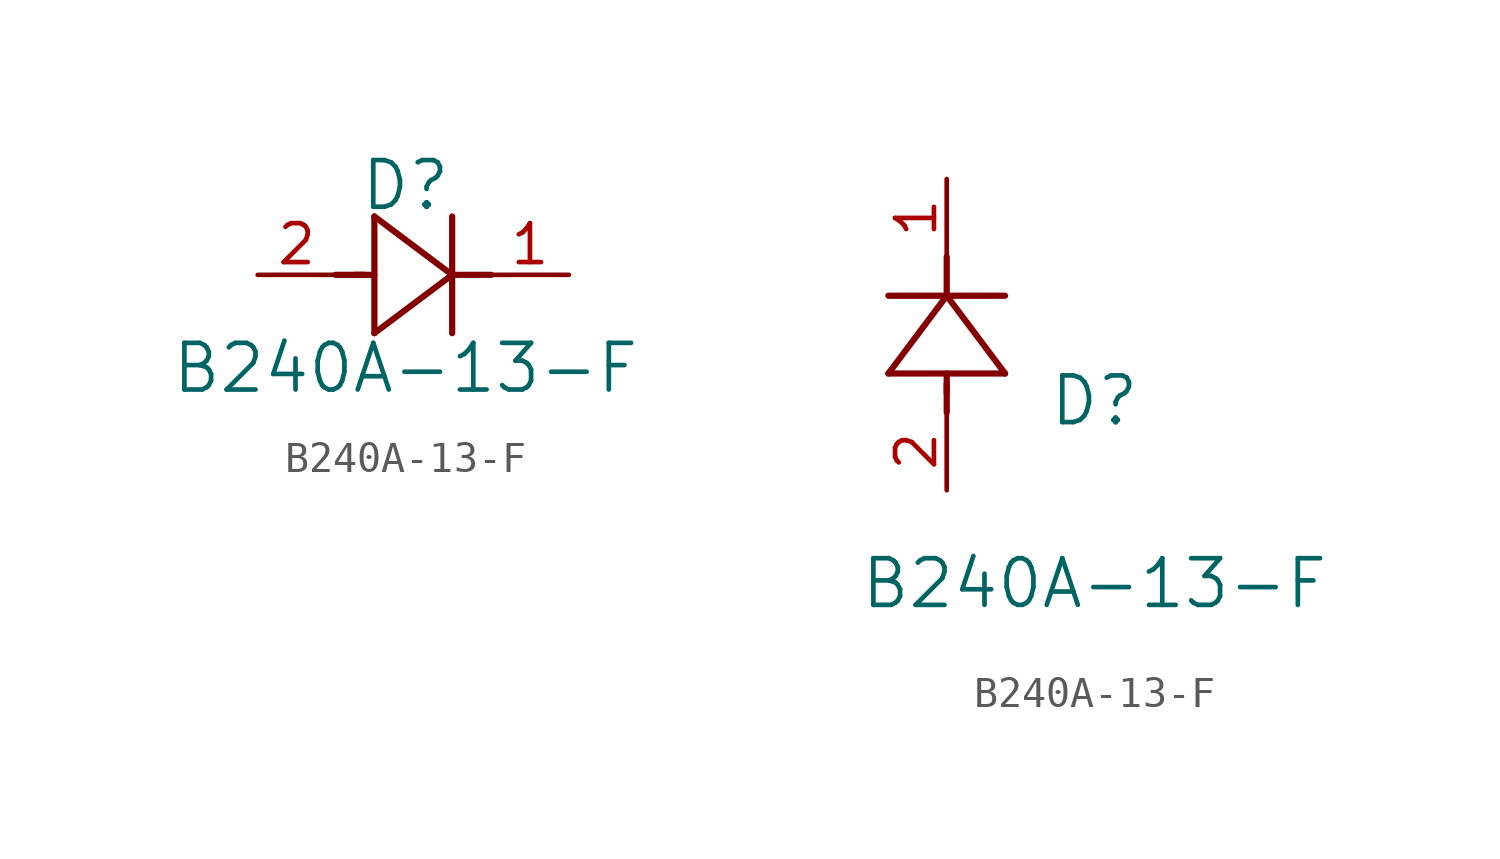
<source format=kicad_sym>
(kicad_symbol_lib
  (version 20241209)
  (generator "kicad_symbol_editor")
  (generator_version "9.0")
  (symbol "B240A-13-F"
    (pin_names
      (offset 0.254))
    (property "Reference" "D"
      (at 4.826 2.921 0)
      (effects (font (size 1.524 1.524))))
    (property "Value" "B240A-13-F"
      (at 4.826 -3.048 0)
      (effects (font (size 1.524 1.524))))
    (symbol "B240A-13-F_1_1"
      (polyline (pts (xy 2.54 0) (xy 3.48 0)) (stroke (width 0.203) (type default)) (fill (type none)))
      (polyline (pts (xy 3.175 0) (xy 3.81 0)) (stroke (width 0.203) (type default)) (fill (type none)))
      (polyline (pts (xy 3.81 1.905) (xy 3.81 -1.905)) (stroke (width 0.203) (type default)) (fill (type none)))
      (polyline (pts (xy 3.81 -1.905) (xy 6.35 0)) (stroke (width 0.203) (type default)) (fill (type none)))
      (polyline (pts (xy 6.35 0) (xy 3.81 1.905)) (stroke (width 0.203) (type default)) (fill (type none)))
      (polyline (pts (xy 6.35 0) (xy 7.62 0)) (stroke (width 0.203) (type default)) (fill (type none)))
      (polyline (pts (xy 6.35 -1.905) (xy 6.35 1.905)) (stroke (width 0.203) (type default)) (fill (type none)))
      (pin unspecified line (at 0 0 0) (length 2.54) (name "" (effects (font (size 1.27 1.27)))) (number "2" (effects (font (size 1.27 1.27)))))
      (pin unspecified line (at 10.16 0 180) (length 2.54) (name "" (effects (font (size 1.27 1.27)))) (number "1" (effects (font (size 1.27 1.27))))))
    (symbol "B240A-13-F_1_2"
      (polyline (pts (xy -1.905 3.81) (xy 1.905 3.81)) (stroke (width 0.203) (type default)) (fill (type none)))
      (polyline (pts (xy 0 6.35) (xy -1.905 3.81)) (stroke (width 0.203) (type default)) (fill (type none)))
      (polyline (pts (xy 0 6.35) (xy 0 7.62)) (stroke (width 0.203) (type default)) (fill (type none)))
      (polyline (pts (xy 0 3.175) (xy 0 3.81)) (stroke (width 0.203) (type default)) (fill (type none)))
      (polyline (pts (xy 0 2.54) (xy 0 3.48)) (stroke (width 0.203) (type default)) (fill (type none)))
      (polyline (pts (xy 1.905 6.35) (xy -1.905 6.35)) (stroke (width 0.203) (type default)) (fill (type none)))
      (polyline (pts (xy 1.905 3.81) (xy 0 6.35)) (stroke (width 0.203) (type default)) (fill (type none)))
      (pin unspecified line (at 0 10.16 270) (length 2.54) (name "" (effects (font (size 1.27 1.27)))) (number "1" (effects (font (size 1.27 1.27)))))
      (pin unspecified line (at 0 0 90) (length 2.54) (name "" (effects (font (size 1.27 1.27)))) (number "2" (effects (font (size 1.27 1.27))))))))
</source>
